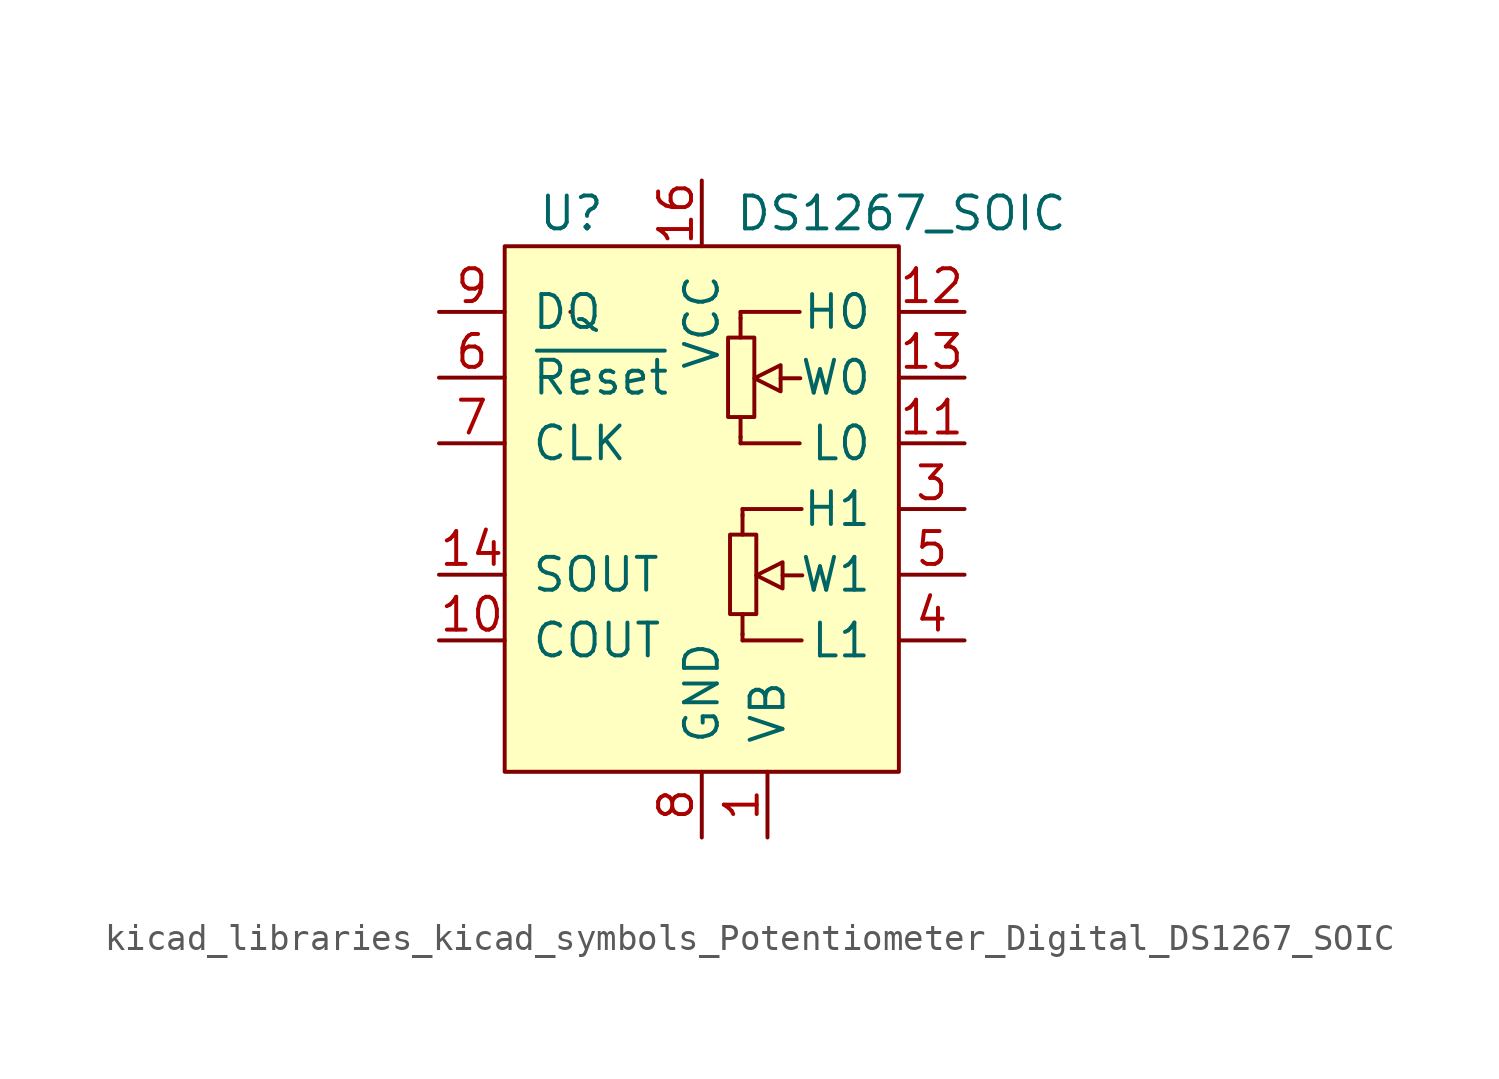
<source format=kicad_sym>
(kicad_symbol_lib
  (version 20220914)
  (generator kicad_symbol_editor)
  (symbol "kicad_libraries_kicad_symbols_Potentiometer_Digital_DS1267_SOIC"
    (pin_names
      (offset 1.016))
    (property "Reference" "U"
      (at -6.35 11.43 0)
      (effects (font (size 1.27 1.27)) (justify left)))
    (property "Value" "DS1267_SOIC"
      (at 1.27 11.43 0)
      (effects (font (size 1.27 1.27)) (justify left)))
    (symbol "kicad_libraries_kicad_symbols_Potentiometer_Digital_DS1267_SOIC_0_1"
      (rectangle (start -7.62 10.16) (end 7.62 -10.16) (stroke (width 0) (type default)) (fill (type background)))
      (rectangle (start -5.08 7.62) (end -5.08 7.62) (stroke (width 0) (type default)) (fill (type none)))
      (polyline (pts (xy 1.499 2.769) (xy 1.499 3.556)) (stroke (width 0) (type default)) (fill (type none)))
      (polyline (pts (xy 1.499 6.629) (xy 1.499 7.391)) (stroke (width 0) (type default)) (fill (type none)))
      (polyline (pts (xy 1.575 -4.851) (xy 1.575 -4.064)) (stroke (width 0) (type default)) (fill (type none)))
      (polyline (pts (xy 1.575 -0.991) (xy 1.575 -0.229)) (stroke (width 0) (type default)) (fill (type none)))
      (polyline (pts (xy 3.048 5.055) (xy 3.81 5.055)) (stroke (width 0) (type default)) (fill (type none)))
      (polyline (pts (xy 3.124 -2.565) (xy 3.886 -2.565)) (stroke (width 0) (type default)) (fill (type none)))
      (polyline (pts (xy 1.499 2.54) (xy 1.499 2.794) (xy 1.499 2.794)) (stroke (width 0) (type default)) (fill (type background)))
      (polyline (pts (xy 1.499 2.54) (xy 3.785 2.54) (xy 3.785 2.54)) (stroke (width 0) (type default)) (fill (type background)))
      (polyline (pts (xy 1.499 7.62) (xy 1.499 7.366) (xy 1.499 7.366)) (stroke (width 0) (type default)) (fill (type none)))
      (polyline (pts (xy 1.499 7.62) (xy 3.785 7.62) (xy 3.785 7.62)) (stroke (width 0) (type default)) (fill (type background)))
      (polyline (pts (xy 1.575 -5.08) (xy 1.575 -4.826) (xy 1.575 -4.826)) (stroke (width 0) (type default)) (fill (type background)))
      (polyline (pts (xy 1.575 -5.08) (xy 3.861 -5.08) (xy 3.861 -5.08)) (stroke (width 0) (type default)) (fill (type background)))
      (polyline (pts (xy 1.575 0) (xy 1.575 -0.254) (xy 1.575 -0.254)) (stroke (width 0) (type default)) (fill (type none)))
      (polyline (pts (xy 1.575 0) (xy 3.861 0) (xy 3.861 0)) (stroke (width 0) (type default)) (fill (type background)))
      (polyline (pts (xy 3.048 5.563) (xy 3.048 4.547) (xy 2.032 5.055) (xy 3.048 5.563) (xy 3.048 5.563)) (stroke (width 0) (type default)) (fill (type background)))
      (polyline (pts (xy 3.124 -2.057) (xy 3.124 -3.073) (xy 2.108 -2.565) (xy 3.124 -2.057) (xy 3.124 -2.057)) (stroke (width 0) (type default)) (fill (type background)))
      (rectangle (start 2.032 6.629) (end 1.016 3.556) (stroke (width 0) (type default)) (fill (type none)))
      (rectangle (start 2.108 -0.991) (end 1.092 -4.064) (stroke (width 0) (type default)) (fill (type none))))
    (symbol "kicad_libraries_kicad_symbols_Potentiometer_Digital_DS1267_SOIC_1_1"
      (pin power_in line (at 2.54 -12.7 90) (length 2.54) (name "VB" (effects (font (size 1.27 1.27)))) (number "1" (effects (font (size 1.27 1.27)))))
      (pin output line (at -10.16 -5.08 0) (length 2.54) (name "COUT" (effects (font (size 1.27 1.27)))) (number "10" (effects (font (size 1.27 1.27)))))
      (pin passive line (at 10.16 2.54 180) (length 2.54) (name "L0" (effects (font (size 1.27 1.27)))) (number "11" (effects (font (size 1.27 1.27)))))
      (pin passive line (at 10.16 7.62 180) (length 2.54) (name "H0" (effects (font (size 1.27 1.27)))) (number "12" (effects (font (size 1.27 1.27)))))
      (pin passive line (at 10.16 5.08 180) (length 2.54) (name "W0" (effects (font (size 1.27 1.27)))) (number "13" (effects (font (size 1.27 1.27)))))
      (pin output line (at -10.16 -2.54 0) (length 2.54) (name "SOUT" (effects (font (size 1.27 1.27)))) (number "14" (effects (font (size 1.27 1.27)))))
      (pin power_in line (at 0 12.7 270) (length 2.54) (name "VCC" (effects (font (size 1.27 1.27)))) (number "16" (effects (font (size 1.27 1.27)))))
      (pin passive line (at 10.16 0 180) (length 2.54) (name "H1" (effects (font (size 1.27 1.27)))) (number "3" (effects (font (size 1.27 1.27)))))
      (pin passive line (at 10.16 -5.08 180) (length 2.54) (name "L1" (effects (font (size 1.27 1.27)))) (number "4" (effects (font (size 1.27 1.27)))))
      (pin passive line (at 10.16 -2.54 180) (length 2.54) (name "W1" (effects (font (size 1.27 1.27)))) (number "5" (effects (font (size 1.27 1.27)))))
      (pin input line (at -10.16 5.08 0) (length 2.54) (name "~{Reset}" (effects (font (size 1.27 1.27)))) (number "6" (effects (font (size 1.27 1.27)))))
      (pin input line (at -10.16 2.54 0) (length 2.54) (name "CLK" (effects (font (size 1.27 1.27)))) (number "7" (effects (font (size 1.27 1.27)))))
      (pin power_in line (at 0 -12.7 90) (length 2.54) (name "GND" (effects (font (size 1.27 1.27)))) (number "8" (effects (font (size 1.27 1.27)))))
      (pin input line (at -10.16 7.62 0) (length 2.54) (name "DQ" (effects (font (size 1.27 1.27)))) (number "9" (effects (font (size 1.27 1.27))))))))
</source>
